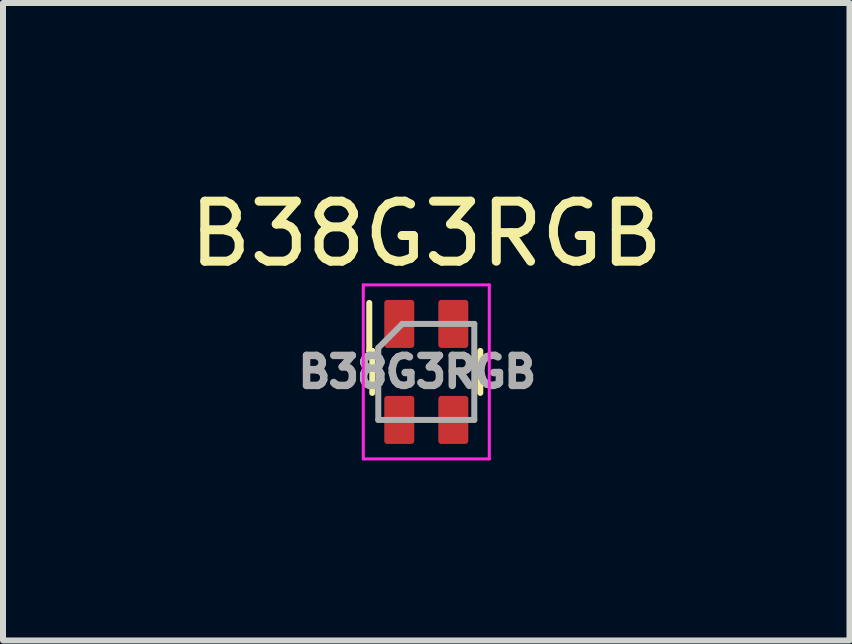
<source format=kicad_pcb>
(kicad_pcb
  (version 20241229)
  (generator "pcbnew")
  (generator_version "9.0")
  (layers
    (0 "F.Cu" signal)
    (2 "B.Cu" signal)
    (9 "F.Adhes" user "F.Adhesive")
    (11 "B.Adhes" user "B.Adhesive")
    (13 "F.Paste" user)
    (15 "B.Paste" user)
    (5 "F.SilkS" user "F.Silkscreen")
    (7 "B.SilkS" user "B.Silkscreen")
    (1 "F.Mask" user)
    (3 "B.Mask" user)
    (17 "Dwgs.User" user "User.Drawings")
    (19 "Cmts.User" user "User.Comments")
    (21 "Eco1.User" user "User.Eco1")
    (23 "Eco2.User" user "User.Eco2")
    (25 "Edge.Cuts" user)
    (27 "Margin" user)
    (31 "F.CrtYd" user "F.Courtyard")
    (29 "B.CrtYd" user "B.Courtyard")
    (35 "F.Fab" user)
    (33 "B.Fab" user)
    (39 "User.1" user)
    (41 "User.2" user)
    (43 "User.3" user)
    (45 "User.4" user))
  (footprint "B38G3RGB"
    (layer "F.Cu")
    (at 4.054 3.148)
    (property "Reference" "B38G3RGB" (at 0 -2.3 0) (unlocked yes) (layer "F.SilkS") (effects (font (size 1 1) (thickness 0.15))))
    (attr smd)
    (fp_line (start -0.95 -1.15) (end -0.95 -0.35) (stroke (width 0.1) (type solid)) (layer "F.SilkS"))
    (fp_line (start -0.95 -0.35) (end -0.9 -0.35) (stroke (width 0.1) (type solid)) (layer "F.SilkS"))
    (fp_line (start -0.9 0.35) (end -0.9 -0.35) (stroke (width 0.1) (type solid)) (layer "F.SilkS"))
    (fp_line (start 0.9 -0.35) (end 0.9 0.35) (stroke (width 0.1) (type solid)) (layer "F.SilkS"))
    (fp_line (start -1.05 -1.45) (end -1.05 1.45) (stroke (width 0.05) (type solid)) (layer "F.CrtYd"))
    (fp_line (start 1.05 -1.45) (end -1.05 -1.45) (stroke (width 0.05) (type solid)) (layer "F.CrtYd"))
    (fp_line (start 1.05 1.45) (end -1.05 1.45) (stroke (width 0.05) (type solid)) (layer "F.CrtYd"))
    (fp_line (start 1.05 1.45) (end 1.05 -1.45) (stroke (width 0.05) (type solid)) (layer "F.CrtYd"))
    (fp_line (start -0.8 -0.4) (end -0.8 0.8) (stroke (width 0.1) (type solid)) (layer "F.Fab"))
    (fp_line (start -0.8 0.8) (end 0.8 0.8) (stroke (width 0.1) (type solid)) (layer "F.Fab"))
    (fp_line (start -0.4 -0.8) (end -0.8 -0.4) (stroke (width 0.1) (type solid)) (layer "F.Fab"))
    (fp_line (start 0.8 -0.8) (end -0.4 -0.8) (stroke (width 0.1) (type solid)) (layer "F.Fab"))
    (fp_line (start 0.8 0.8) (end 0.8 -0.8) (stroke (width 0.1) (type solid)) (layer "F.Fab"))
    (fp_text user "${REFERENCE}" (at -0.15 0 0) (unlocked yes) (layer "F.Fab") (effects (font (size 0.5 0.5) (thickness 0.125))))
    (pad "1" smd roundrect (at -0.45 -0.8) (size 0.5 0.8) (layers "F.Cu" "F.Mask" "F.Paste") (roundrect_rratio 0.1))
    (pad "2" smd roundrect (at 0.45 -0.8) (size 0.5 0.8) (layers "F.Cu" "F.Mask" "F.Paste") (roundrect_rratio 0.1))
    (pad "3" smd roundrect (at 0.45 0.8) (size 0.5 0.8) (layers "F.Cu" "F.Mask" "F.Paste") (roundrect_rratio 0.1))
    (pad "4" smd roundrect (at -0.45 0.8) (size 0.5 0.8) (layers "F.Cu" "F.Mask" "F.Paste") (roundrect_rratio 0.1)))
  (gr_rect
    (start -3 -3)
    (end 11.107 7.623)
    (stroke (width 0.1) (type default))
    (fill no)
    (layer "Edge.Cuts")))
</source>
